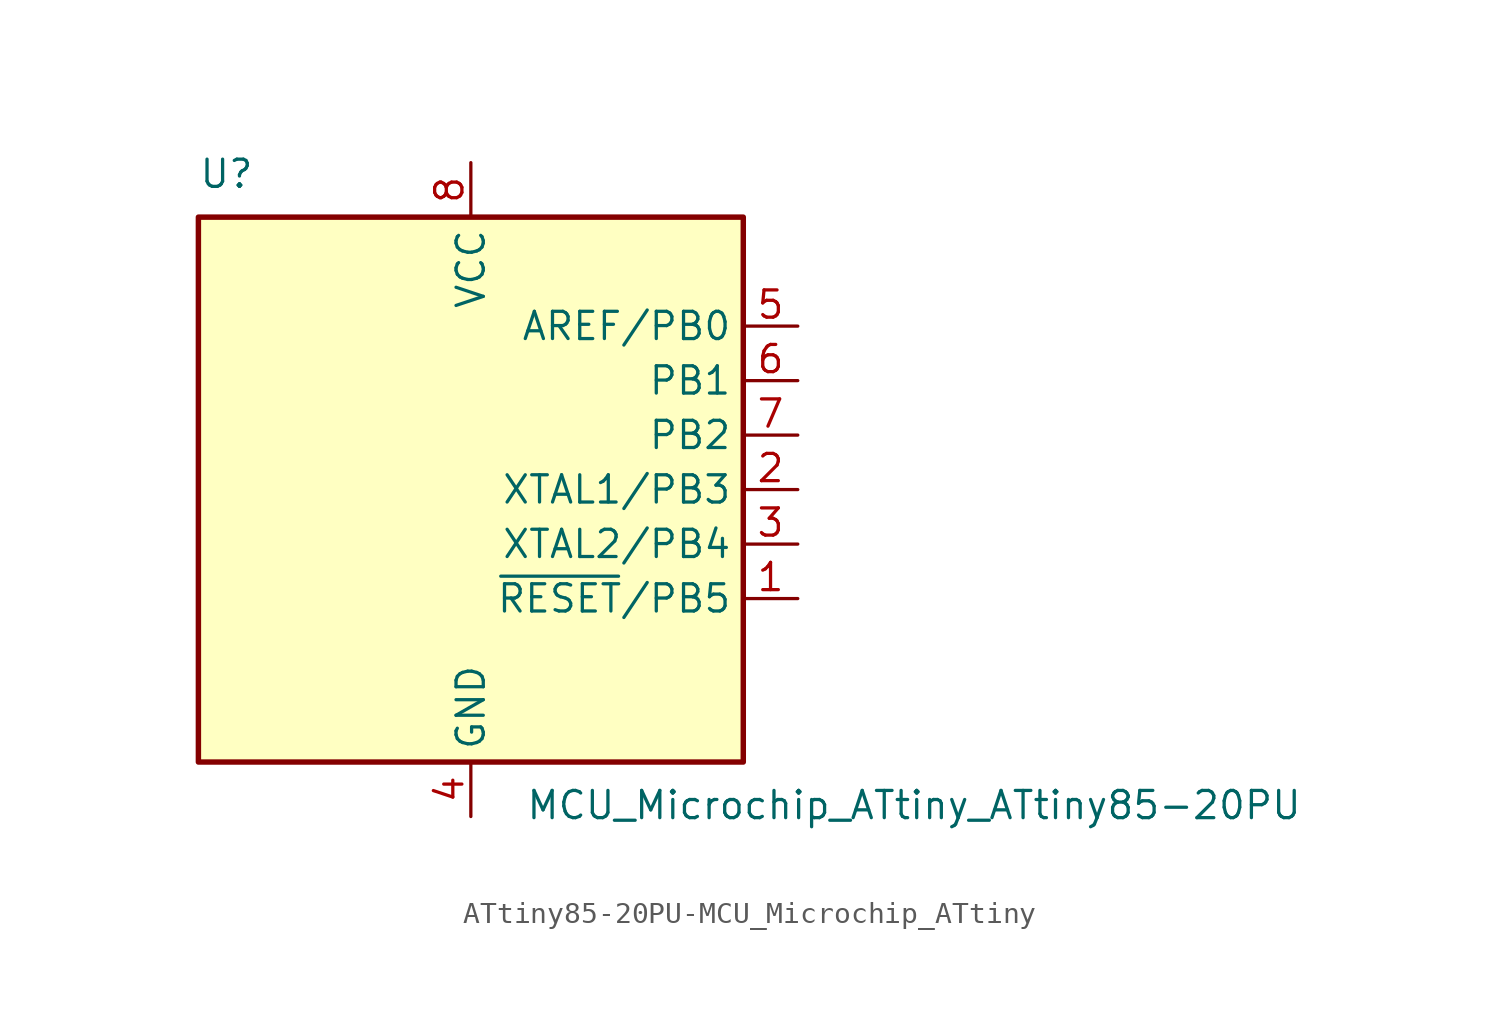
<source format=kicad_sym>
(kicad_symbol_lib
  (version 20220914)
  (generator kicad_symbol_editor)
  (symbol "ATtiny85-20PU-MCU_Microchip_ATtiny"
    (property "Reference" "U"
      (at -12.7 13.97 0)
      (effects (font (size 1.27 1.27)) (justify left bottom)))
    (property "Value" "MCU_Microchip_ATtiny_ATtiny85-20PU"
      (at 2.54 -13.97 0)
      (effects (font (size 1.27 1.27)) (justify left top)))
    (symbol "ATtiny85-20PU-MCU_Microchip_ATtiny_0_1"
      (rectangle (start -12.7 -12.7) (end 12.7 12.7) (stroke (width 0.254) (type solid)) (fill (type background))))
    (symbol "ATtiny85-20PU-MCU_Microchip_ATtiny_1_1"
      (pin bidirectional line (at 15.24 -5.08 180) (length 2.54) (name "~{RESET}/PB5" (effects (font (size 1.27 1.27)))) (number "1" (effects (font (size 1.27 1.27)))))
      (pin bidirectional line (at 15.24 0 180) (length 2.54) (name "XTAL1/PB3" (effects (font (size 1.27 1.27)))) (number "2" (effects (font (size 1.27 1.27)))))
      (pin bidirectional line (at 15.24 -2.54 180) (length 2.54) (name "XTAL2/PB4" (effects (font (size 1.27 1.27)))) (number "3" (effects (font (size 1.27 1.27)))))
      (pin power_in line (at 0 -15.24 90) (length 2.54) (name "GND" (effects (font (size 1.27 1.27)))) (number "4" (effects (font (size 1.27 1.27)))))
      (pin bidirectional line (at 15.24 7.62 180) (length 2.54) (name "AREF/PB0" (effects (font (size 1.27 1.27)))) (number "5" (effects (font (size 1.27 1.27)))))
      (pin bidirectional line (at 15.24 5.08 180) (length 2.54) (name "PB1" (effects (font (size 1.27 1.27)))) (number "6" (effects (font (size 1.27 1.27)))))
      (pin bidirectional line (at 15.24 2.54 180) (length 2.54) (name "PB2" (effects (font (size 1.27 1.27)))) (number "7" (effects (font (size 1.27 1.27)))))
      (pin power_in line (at 0 15.24 270) (length 2.54) (name "VCC" (effects (font (size 1.27 1.27)))) (number "8" (effects (font (size 1.27 1.27))))))))
</source>
